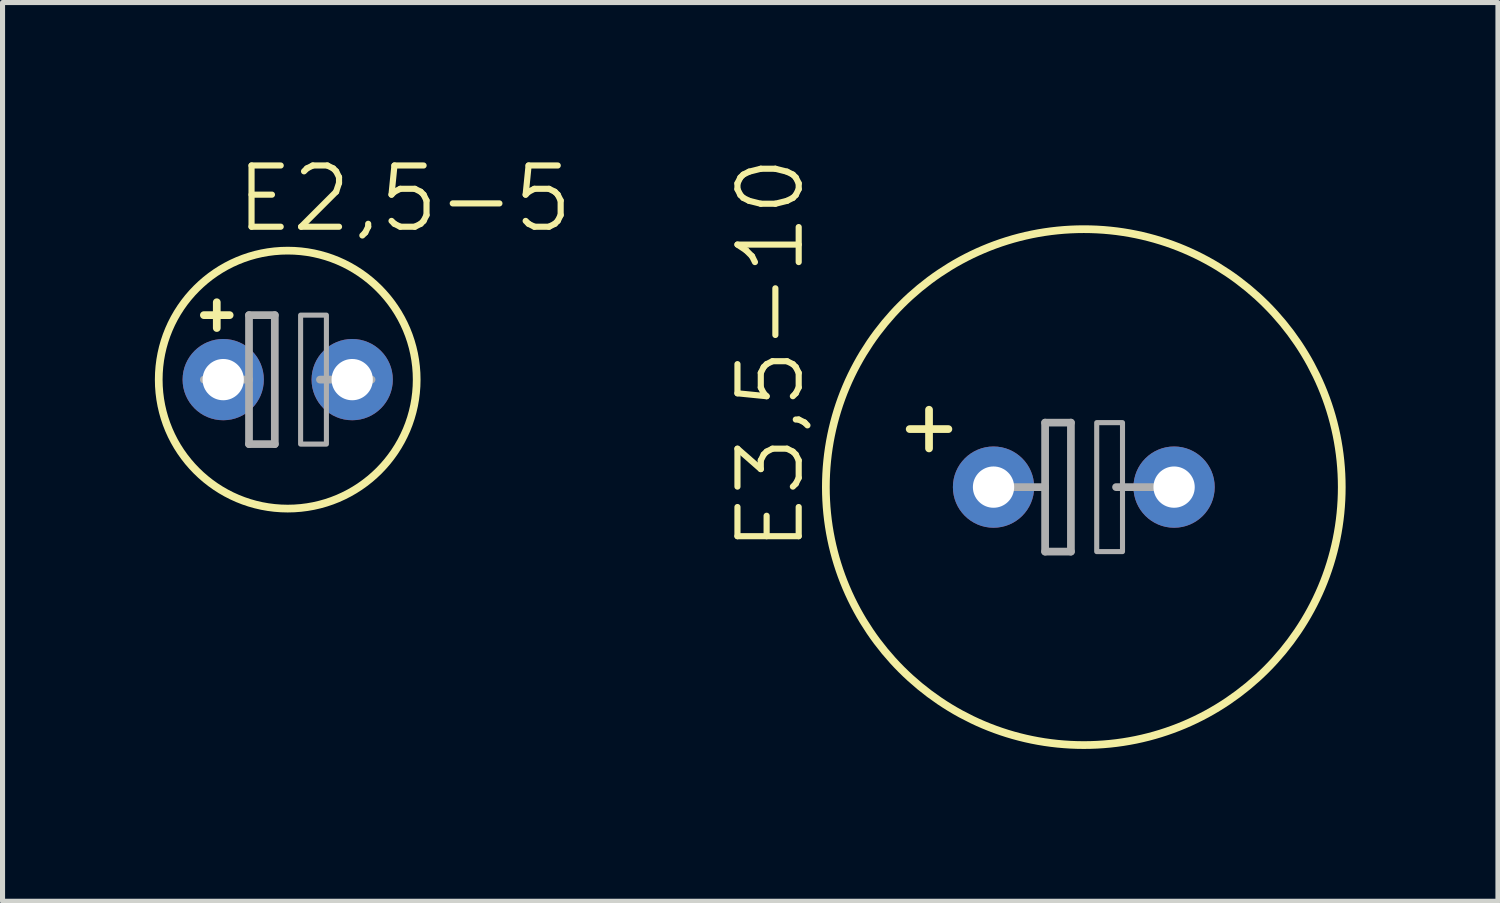
<source format=kicad_pcb>
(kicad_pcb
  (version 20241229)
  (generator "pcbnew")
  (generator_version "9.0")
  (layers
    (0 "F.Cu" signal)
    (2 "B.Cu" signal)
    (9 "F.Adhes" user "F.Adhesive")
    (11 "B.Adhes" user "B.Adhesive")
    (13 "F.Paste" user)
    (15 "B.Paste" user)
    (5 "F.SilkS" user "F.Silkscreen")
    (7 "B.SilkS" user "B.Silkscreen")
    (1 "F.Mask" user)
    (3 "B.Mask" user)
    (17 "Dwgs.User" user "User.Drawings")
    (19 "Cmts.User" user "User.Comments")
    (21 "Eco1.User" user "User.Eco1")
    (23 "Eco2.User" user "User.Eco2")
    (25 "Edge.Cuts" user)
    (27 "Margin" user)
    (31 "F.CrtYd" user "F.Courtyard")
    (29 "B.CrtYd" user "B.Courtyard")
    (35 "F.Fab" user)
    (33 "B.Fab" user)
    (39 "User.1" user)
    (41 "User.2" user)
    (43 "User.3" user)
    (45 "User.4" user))
  (footprint "E2,5-5"
    (layer "F.Cu")
    (at 2.616 4.426)
    (property "Reference" "E2,5-5" (at -1.079 -2.857 0) (layer "F.SilkS") (effects (font (size 1.206 1.206) (thickness 0.121)) (justify left bottom)))
    (attr through_hole)
    (fp_line (start -1.651 -1.27) (end -1.397 -1.27) (stroke (width 0.152) (type solid)) (layer "F.SilkS"))
    (fp_line (start -1.397 -1.27) (end -1.397 -1.524) (stroke (width 0.152) (type solid)) (layer "F.SilkS"))
    (fp_line (start -1.397 -1.27) (end -1.143 -1.27) (stroke (width 0.152) (type solid)) (layer "F.SilkS"))
    (fp_line (start -1.397 -1.016) (end -1.397 -1.27) (stroke (width 0.152) (type solid)) (layer "F.SilkS"))
    (fp_circle (center 0 0) (end 2.54 0) (stroke (width 0.152) (type solid)) (fill no) (layer "F.SilkS"))
    (fp_line (start -1.651 0) (end -0.762 0) (stroke (width 0.152) (type solid)) (layer "F.Fab"))
    (fp_line (start -0.762 -1.27) (end -0.762 0) (stroke (width 0.152) (type solid)) (layer "F.Fab"))
    (fp_line (start -0.762 0) (end -0.762 1.27) (stroke (width 0.152) (type solid)) (layer "F.Fab"))
    (fp_line (start -0.762 1.27) (end -0.254 1.27) (stroke (width 0.152) (type solid)) (layer "F.Fab"))
    (fp_line (start -0.254 -1.27) (end -0.762 -1.27) (stroke (width 0.152) (type solid)) (layer "F.Fab"))
    (fp_line (start -0.254 1.27) (end -0.254 -1.27) (stroke (width 0.152) (type solid)) (layer "F.Fab"))
    (fp_line (start 0.635 0) (end 1.651 0) (stroke (width 0.152) (type solid)) (layer "F.Fab"))
    (fp_poly (pts (xy 0.254 1.27) (xy 0.762 1.27) (xy 0.762 -1.27) (xy 0.254 -1.27)) (stroke (width 0.1) (type solid)) (fill no) (layer "F.Fab"))
    (pad "1" thru_hole circle (at -1.27 0) (size 1.6 1.6) (drill 0.813) (layers "*.Cu" "*.Mask"))
    (pad "2" thru_hole circle (at 1.27 0) (size 1.6 1.6) (drill 0.813) (layers "*.Cu" "*.Mask")))
  (footprint "E3,5-10"
    (layer "F.Cu")
    (at 18.294 6.543)
    (property "Reference" "E3,5-10" (at -5.461 1.333 90) (layer "F.SilkS") (effects (font (size 1.206 1.206) (thickness 0.121)) (justify left bottom)))
    (attr through_hole)
    (fp_line (start -3.429 -1.143) (end -2.667 -1.143) (stroke (width 0.152) (type solid)) (layer "F.SilkS"))
    (fp_line (start -3.048 -0.762) (end -3.048 -1.524) (stroke (width 0.152) (type solid)) (layer "F.SilkS"))
    (fp_circle (center 0 0) (end 5.08 0) (stroke (width 0.152) (type solid)) (fill no) (layer "F.SilkS"))
    (fp_line (start -1.651 0) (end -0.762 0) (stroke (width 0.152) (type solid)) (layer "F.Fab"))
    (fp_line (start -0.762 -1.27) (end -0.762 0) (stroke (width 0.152) (type solid)) (layer "F.Fab"))
    (fp_line (start -0.762 0) (end -0.762 1.27) (stroke (width 0.152) (type solid)) (layer "F.Fab"))
    (fp_line (start -0.762 1.27) (end -0.254 1.27) (stroke (width 0.152) (type solid)) (layer "F.Fab"))
    (fp_line (start -0.254 -1.27) (end -0.762 -1.27) (stroke (width 0.152) (type solid)) (layer "F.Fab"))
    (fp_line (start -0.254 1.27) (end -0.254 -1.27) (stroke (width 0.152) (type solid)) (layer "F.Fab"))
    (fp_line (start 0.635 0) (end 1.651 0) (stroke (width 0.152) (type solid)) (layer "F.Fab"))
    (fp_poly (pts (xy 0.254 1.27) (xy 0.762 1.27) (xy 0.762 -1.27) (xy 0.254 -1.27)) (stroke (width 0.1) (type solid)) (fill no) (layer "F.Fab"))
    (pad "1" thru_hole circle (at -1.778 0) (size 1.6 1.6) (drill 0.813) (layers "*.Cu" "*.Mask"))
    (pad "2" thru_hole circle (at 1.778 0) (size 1.6 1.6) (drill 0.813) (layers "*.Cu" "*.Mask")))
  (gr_rect
    (start -3 -3)
    (end 26.45 14.699)
    (stroke (width 0.1) (type default))
    (fill no)
    (layer "Edge.Cuts")))
</source>
